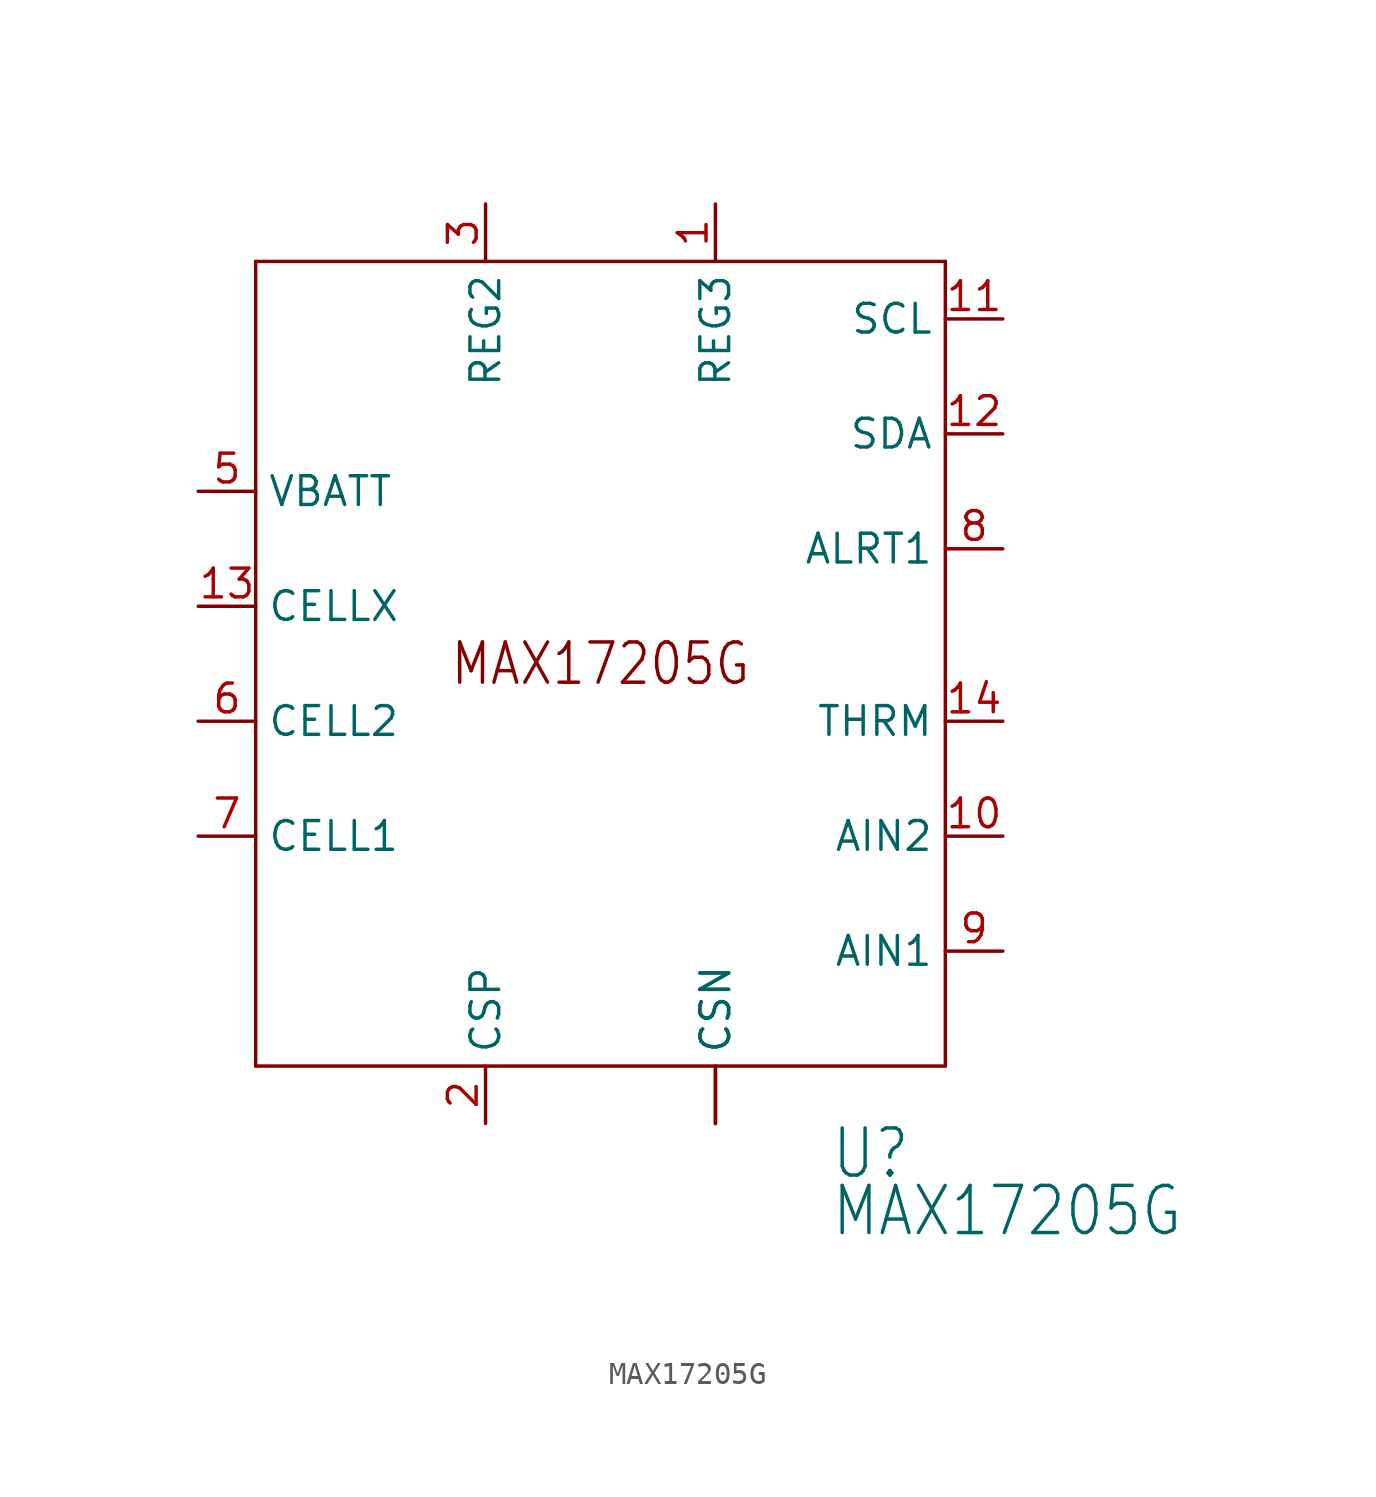
<source format=kicad_sym>
(kicad_symbol_lib
  (version 20211014)
  (generator kicad_symbol_editor)
  (symbol "MAX17205G"
    (property "Reference" "U"
      (at 10.16 -22.86 0)
      (effects (font (size 2.083 1.77)) (justify left bottom)))
    (property "Value" "MAX17205G"
      (at 10.16 -25.4 0)
      (effects (font (size 2.083 1.77)) (justify left bottom)))
    (property "ki_locked" ""
      (at 0 0 0)
      (effects (font (size 1.27 1.27))))
    (symbol "MAX17205G_1_0"
      (polyline (pts (xy -15.24 -17.78) (xy 15.24 -17.78)) (stroke (width 0.152) (type default) (color 0 0 0 0)) (fill (type none)))
      (polyline (pts (xy -15.24 17.78) (xy -15.24 -17.78)) (stroke (width 0.152) (type default) (color 0 0 0 0)) (fill (type none)))
      (polyline (pts (xy 15.24 -17.78) (xy 15.24 17.78)) (stroke (width 0.152) (type default) (color 0 0 0 0)) (fill (type none)))
      (polyline (pts (xy 15.24 17.78) (xy -15.24 17.78)) (stroke (width 0.152) (type default) (color 0 0 0 0)) (fill (type none)))
      (text "MAX17205G" (at 0 0 0) (effects (font (size 1.778 1.511))))
      (pin power_in line (at 5.08 20.32 270) (length 2.54) (name "REG3" (effects (font (size 1.27 1.27)))) (number "1" (effects (font (size 1.27 1.27)))))
      (pin input line (at 17.78 -7.62 180) (length 2.54) (name "AIN2" (effects (font (size 1.27 1.27)))) (number "10" (effects (font (size 1.27 1.27)))))
      (pin input line (at 17.78 15.24 180) (length 2.54) (name "SCL" (effects (font (size 1.27 1.27)))) (number "11" (effects (font (size 1.27 1.27)))))
      (pin bidirectional line (at 17.78 10.16 180) (length 2.54) (name "SDA" (effects (font (size 1.27 1.27)))) (number "12" (effects (font (size 1.27 1.27)))))
      (pin passive line (at -17.78 2.54 0) (length 2.54) (name "CELLX" (effects (font (size 1.27 1.27)))) (number "13" (effects (font (size 1.27 1.27)))))
      (pin passive line (at 17.78 -2.54 180) (length 2.54) (name "THRM" (effects (font (size 1.27 1.27)))) (number "14" (effects (font (size 1.27 1.27)))))
      (pin passive line (at -5.08 -20.32 90) (length 2.54) (name "CSP" (effects (font (size 1.27 1.27)))) (number "2" (effects (font (size 1.27 1.27)))))
      (pin power_in line (at -5.08 20.32 270) (length 2.54) (name "REG2" (effects (font (size 1.27 1.27)))) (number "3" (effects (font (size 1.27 1.27)))))
      (pin passive line (at 5.08 -20.32 90) (length 2.54) (name "CSN" (effects (font (size 1.27 1.27)))) (number "4" (effects (font (size 0 0)))))
      (pin power_in line (at -17.78 7.62 0) (length 2.54) (name "VBATT" (effects (font (size 1.27 1.27)))) (number "5" (effects (font (size 1.27 1.27)))))
      (pin passive line (at -17.78 -2.54 0) (length 2.54) (name "CELL2" (effects (font (size 1.27 1.27)))) (number "6" (effects (font (size 1.27 1.27)))))
      (pin passive line (at -17.78 -7.62 0) (length 2.54) (name "CELL1" (effects (font (size 1.27 1.27)))) (number "7" (effects (font (size 1.27 1.27)))))
      (pin output line (at 17.78 5.08 180) (length 2.54) (name "ALRT1" (effects (font (size 1.27 1.27)))) (number "8" (effects (font (size 1.27 1.27)))))
      (pin input line (at 17.78 -12.7 180) (length 2.54) (name "AIN1" (effects (font (size 1.27 1.27)))) (number "9" (effects (font (size 1.27 1.27)))))
      (pin passive line (at 5.08 -20.32 90) (length 2.54) (name "CSN" (effects (font (size 1.27 1.27)))) (number "EP" (effects (font (size 0 0))))))))
</source>
